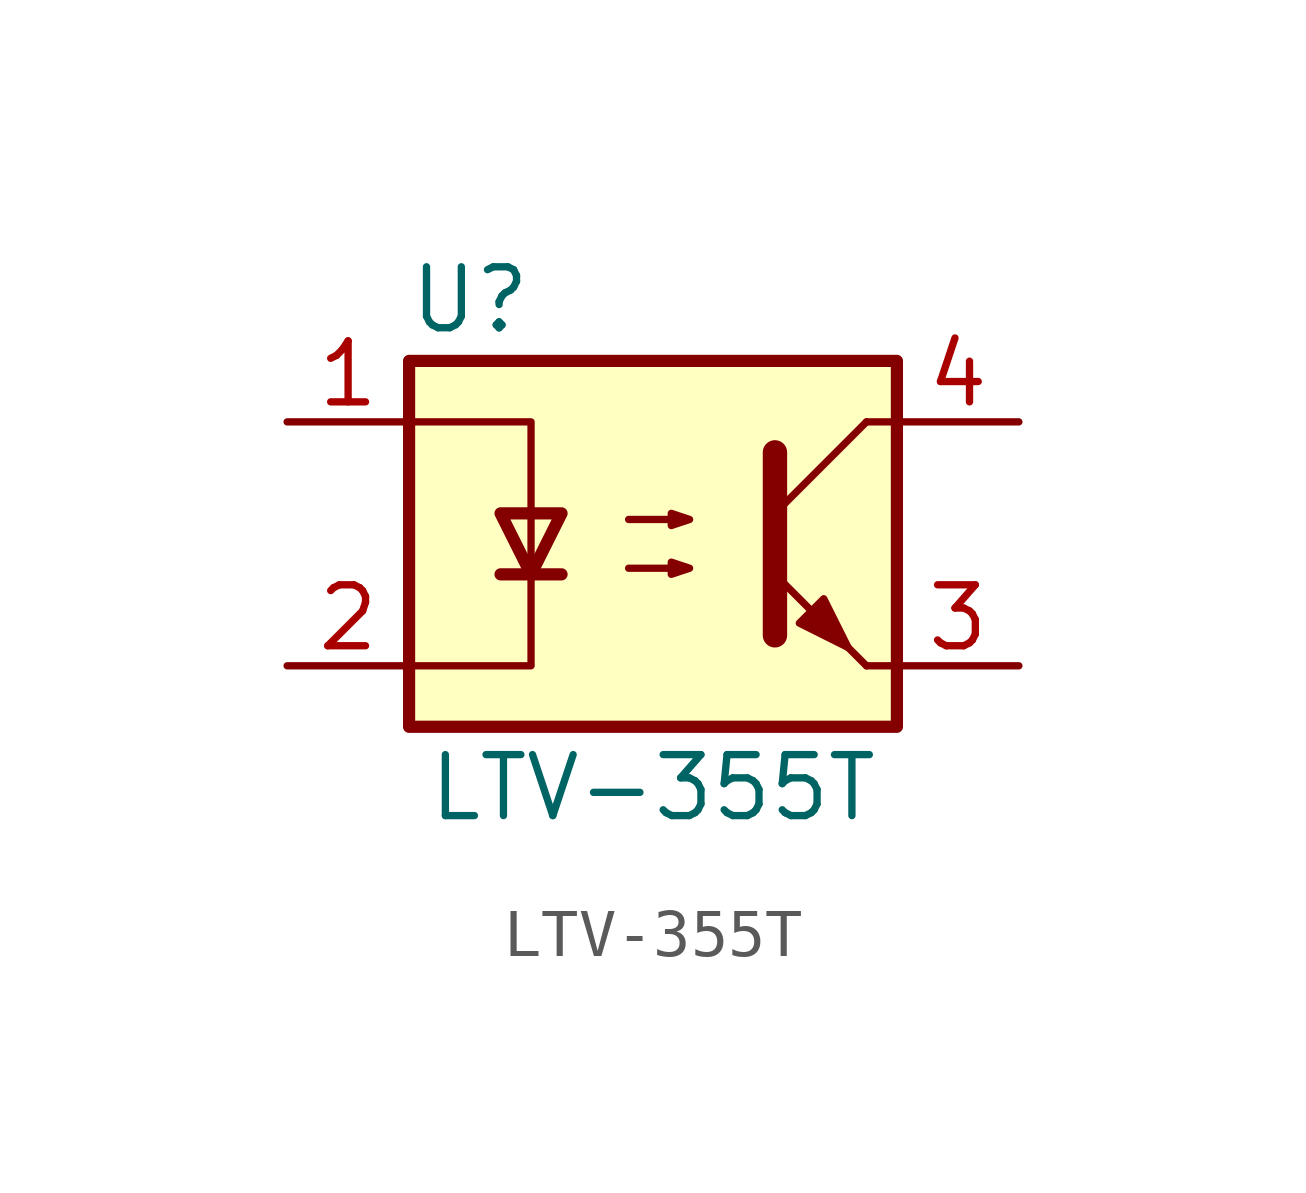
<source format=kicad_sym>
(kicad_symbol_lib
  (version 20211014)
  (generator kicad_symbol_editor)
  (symbol "LTV-355T"
    (property "Reference" "U"
      (at -3.81 5.08 0)
      (effects (font (size 1.27 1.27))))
    (property "Value" "LTV-355T"
      (at 0 -5.08 0)
      (effects (font (size 1.27 1.27))))
    (symbol "LTV-355T_0_1"
      (rectangle (start -5.08 3.81) (end 5.08 -3.81) (stroke (width 0.254) (type default) (color 0 0 0 0)) (fill (type background)))
      (polyline (pts (xy -3.175 -0.635) (xy -1.905 -0.635)) (stroke (width 0.254) (type default) (color 0 0 0 0)) (fill (type none)))
      (polyline (pts (xy 2.54 0.635) (xy 4.445 2.54)) (stroke (width 0) (type default) (color 0 0 0 0)) (fill (type none)))
      (polyline (pts (xy 4.445 -2.54) (xy 2.54 -0.635)) (stroke (width 0) (type default) (color 0 0 0 0)) (fill (type outline)))
      (polyline (pts (xy 4.445 -2.54) (xy 5.08 -2.54)) (stroke (width 0) (type default) (color 0 0 0 0)) (fill (type none)))
      (polyline (pts (xy 4.445 2.54) (xy 5.08 2.54)) (stroke (width 0) (type default) (color 0 0 0 0)) (fill (type none)))
      (polyline (pts (xy -5.08 2.54) (xy -2.54 2.54) (xy -2.54 0.635)) (stroke (width 0) (type default) (color 0 0 0 0)) (fill (type none)))
      (polyline (pts (xy -2.54 0.635) (xy -2.54 -2.54) (xy -5.08 -2.54)) (stroke (width 0) (type default) (color 0 0 0 0)) (fill (type none)))
      (polyline (pts (xy 2.54 1.905) (xy 2.54 -1.905) (xy 2.54 -1.905)) (stroke (width 0.508) (type default) (color 0 0 0 0)) (fill (type none)))
      (polyline (pts (xy -2.54 -0.635) (xy -3.175 0.635) (xy -1.905 0.635) (xy -2.54 -0.635)) (stroke (width 0.254) (type default) (color 0 0 0 0)) (fill (type none)))
      (polyline (pts (xy -0.508 -0.508) (xy 0.762 -0.508) (xy 0.381 -0.635) (xy 0.381 -0.381) (xy 0.762 -0.508)) (stroke (width 0) (type default) (color 0 0 0 0)) (fill (type none)))
      (polyline (pts (xy -0.508 0.508) (xy 0.762 0.508) (xy 0.381 0.381) (xy 0.381 0.635) (xy 0.762 0.508)) (stroke (width 0) (type default) (color 0 0 0 0)) (fill (type none)))
      (polyline (pts (xy 3.048 -1.651) (xy 3.556 -1.143) (xy 4.064 -2.159) (xy 3.048 -1.651) (xy 3.048 -1.651)) (stroke (width 0) (type default) (color 0 0 0 0)) (fill (type outline))))
    (symbol "LTV-355T_1_1"
      (pin passive line (at -7.62 2.54 0) (length 2.54) (name "~" (effects (font (size 1.27 1.27)))) (number "1" (effects (font (size 1.27 1.27)))))
      (pin passive line (at -7.62 -2.54 0) (length 2.54) (name "~" (effects (font (size 1.27 1.27)))) (number "2" (effects (font (size 1.27 1.27)))))
      (pin passive line (at 7.62 -2.54 180) (length 2.54) (name "~" (effects (font (size 1.27 1.27)))) (number "3" (effects (font (size 1.27 1.27)))))
      (pin passive line (at 7.62 2.54 180) (length 2.54) (name "~" (effects (font (size 1.27 1.27)))) (number "4" (effects (font (size 1.27 1.27))))))))
</source>
